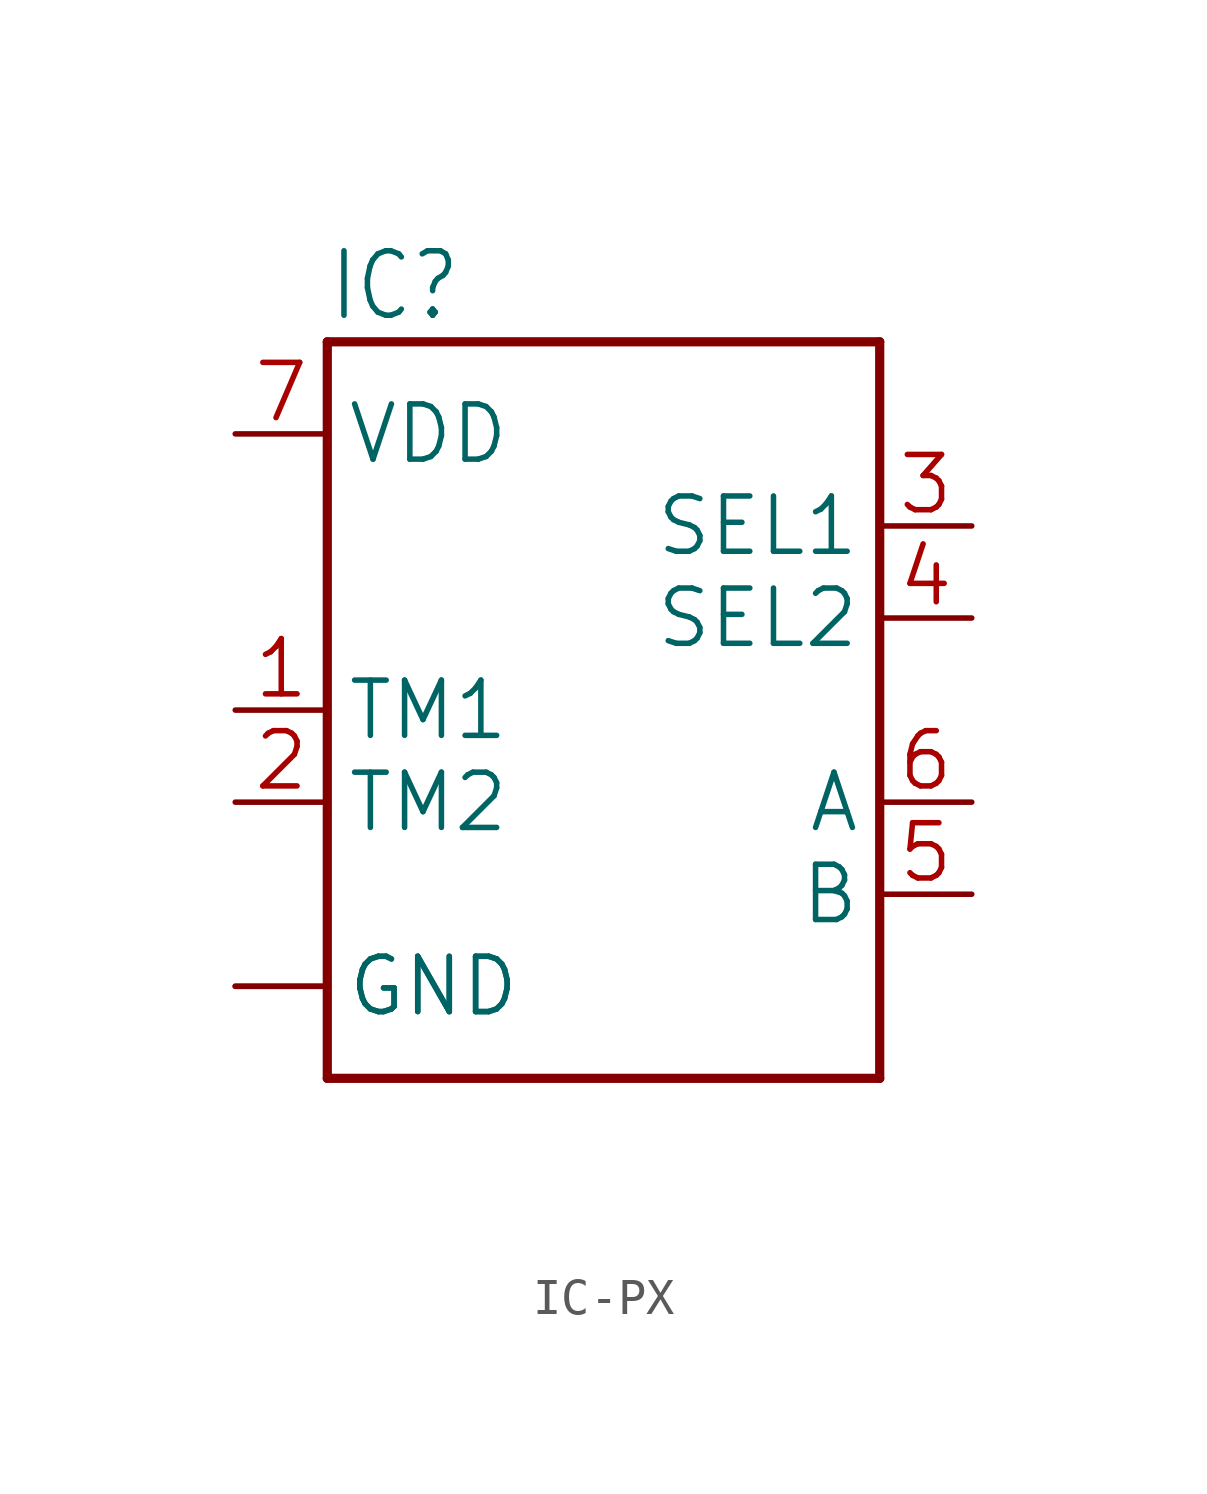
<source format=kicad_sym>
(kicad_symbol_lib
  (version 20241209)
  (generator "kicad_symbol_editor")
  (generator_version "9.0")
  (symbol "IC-PX"
    (property "Reference" "IC"
      (at -7.62 10.668 0)
      (effects (font (size 1.778 1.511)) (justify left bottom)))
    (property "Value" ""
      (at -7.62 -12.7 0)
      (effects (font (size 1.778 1.511)) (justify left bottom)))
    (property "ki_locked" ""
      (at 0 0 0)
      (effects (font (size 1.27 1.27))))
    (symbol "IC-PX_1_0"
      (polyline (pts (xy -7.62 10.16) (xy -7.62 -10.16)) (stroke (width 0.254) (type solid)) (fill (type none)))
      (polyline (pts (xy -7.62 -10.16) (xy 7.62 -10.16)) (stroke (width 0.254) (type solid)) (fill (type none)))
      (polyline (pts (xy 7.62 10.16) (xy -7.62 10.16)) (stroke (width 0.254) (type solid)) (fill (type none)))
      (polyline (pts (xy 7.62 -10.16) (xy 7.62 10.16)) (stroke (width 0.254) (type solid)) (fill (type none)))
      (pin bidirectional line (at -10.16 7.62 0) (length 2.54) (name "VDD" (effects (font (size 1.524 1.524)))) (number "7" (effects (font (size 1.524 1.524)))))
      (pin bidirectional line (at -10.16 0 0) (length 2.54) (name "TM1" (effects (font (size 1.524 1.524)))) (number "1" (effects (font (size 1.524 1.524)))))
      (pin bidirectional line (at -10.16 -2.54 0) (length 2.54) (name "TM2" (effects (font (size 1.524 1.524)))) (number "2" (effects (font (size 1.524 1.524)))))
      (pin bidirectional line (at -10.16 -7.62 0) (length 2.54) (name "GND" (effects (font (size 1.524 1.524)))) (number "8" (effects (font (size 0 0)))))
      (pin bidirectional line (at -10.16 -7.62 0) (length 2.54) (name "GND" (effects (font (size 1.524 1.524)))) (number "BP" (effects (font (size 0 0)))))
      (pin bidirectional line (at 10.16 5.08 180) (length 2.54) (name "SEL1" (effects (font (size 1.524 1.524)))) (number "3" (effects (font (size 1.524 1.524)))))
      (pin bidirectional line (at 10.16 2.54 180) (length 2.54) (name "SEL2" (effects (font (size 1.524 1.524)))) (number "4" (effects (font (size 1.524 1.524)))))
      (pin bidirectional line (at 10.16 -2.54 180) (length 2.54) (name "A" (effects (font (size 1.524 1.524)))) (number "6" (effects (font (size 1.524 1.524)))))
      (pin bidirectional line (at 10.16 -5.08 180) (length 2.54) (name "B" (effects (font (size 1.524 1.524)))) (number "5" (effects (font (size 1.524 1.524))))))))
</source>
